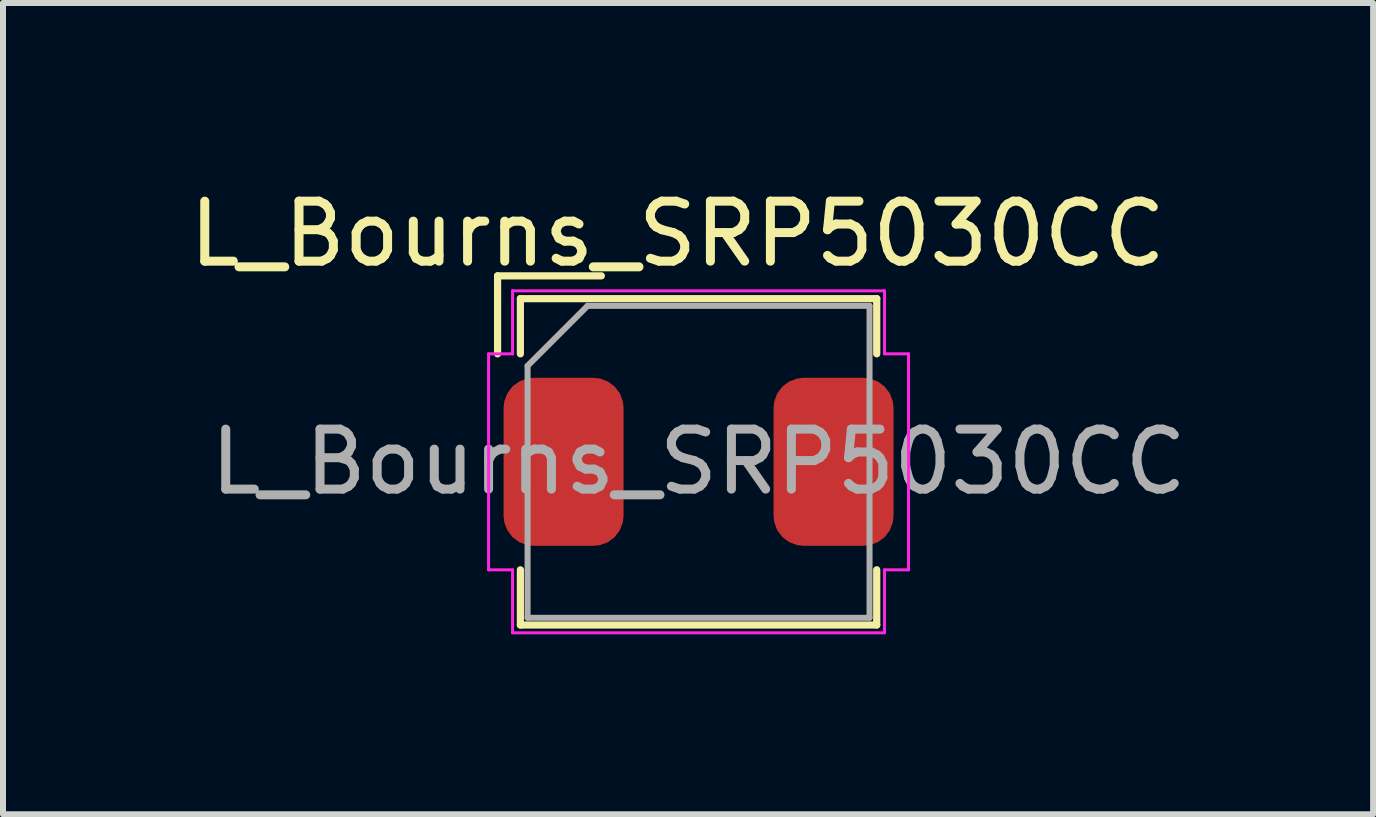
<source format=kicad_pcb>
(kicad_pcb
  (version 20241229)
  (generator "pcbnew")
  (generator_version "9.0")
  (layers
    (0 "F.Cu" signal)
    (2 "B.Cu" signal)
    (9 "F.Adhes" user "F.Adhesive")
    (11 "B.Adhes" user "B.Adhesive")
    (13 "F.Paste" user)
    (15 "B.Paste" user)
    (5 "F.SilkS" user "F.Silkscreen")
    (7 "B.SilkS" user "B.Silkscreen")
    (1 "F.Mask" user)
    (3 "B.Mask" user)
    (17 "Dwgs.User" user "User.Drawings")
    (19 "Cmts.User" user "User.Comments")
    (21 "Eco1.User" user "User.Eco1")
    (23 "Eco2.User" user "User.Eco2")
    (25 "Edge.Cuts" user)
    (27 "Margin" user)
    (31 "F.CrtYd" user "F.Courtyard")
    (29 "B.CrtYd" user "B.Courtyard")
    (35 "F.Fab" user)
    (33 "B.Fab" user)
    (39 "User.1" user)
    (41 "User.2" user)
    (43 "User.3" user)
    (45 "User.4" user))
  (footprint "L_Bourns_SRP5030CC"
    (layer "F.Cu")
    (at 8.594 4.648)
    (property "Reference" "L_Bourns_SRP5030CC" (at -0.35 -3.8 0) (layer "F.SilkS") (effects (font (size 1 1) (thickness 0.15))))
    (attr smd)
    (fp_line (start -3.35 -3.1) (end -1.62 -3.1) (stroke (width 0.12) (type solid)) (layer "F.SilkS"))
    (fp_line (start -3.35 -1.8) (end -3.35 -3.1) (stroke (width 0.12) (type solid)) (layer "F.SilkS"))
    (fp_line (start -2.97 -2.72) (end -2.97 -1.8) (stroke (width 0.12) (type solid)) (layer "F.SilkS"))
    (fp_line (start -2.97 -2.72) (end 2.97 -2.72) (stroke (width 0.12) (type solid)) (layer "F.SilkS"))
    (fp_line (start -2.97 1.8) (end -2.97 2.72) (stroke (width 0.12) (type solid)) (layer "F.SilkS"))
    (fp_line (start -2.97 2.72) (end 2.97 2.72) (stroke (width 0.12) (type solid)) (layer "F.SilkS"))
    (fp_line (start 2.97 -2.72) (end 2.97 -1.8) (stroke (width 0.12) (type solid)) (layer "F.SilkS"))
    (fp_line (start 2.97 1.8) (end 2.97 2.72) (stroke (width 0.12) (type solid)) (layer "F.SilkS"))
    (fp_line (start -3.5 -1.8) (end -3.1 -1.8) (stroke (width 0.05) (type default)) (layer "F.CrtYd"))
    (fp_line (start -3.5 1.8) (end -3.5 -1.8) (stroke (width 0.05) (type default)) (layer "F.CrtYd"))
    (fp_line (start -3.1 -2.85) (end -3.1 -1.8) (stroke (width 0.05) (type solid)) (layer "F.CrtYd"))
    (fp_line (start -3.1 -2.85) (end 3.1 -2.85) (stroke (width 0.05) (type solid)) (layer "F.CrtYd"))
    (fp_line (start -3.1 1.8) (end -3.5 1.8) (stroke (width 0.05) (type default)) (layer "F.CrtYd"))
    (fp_line (start -3.1 1.8) (end -3.1 2.85) (stroke (width 0.05) (type solid)) (layer "F.CrtYd"))
    (fp_line (start -3.1 2.85) (end 3.1 2.85) (stroke (width 0.05) (type solid)) (layer "F.CrtYd"))
    (fp_line (start 3.1 -2.85) (end 3.1 -1.8) (stroke (width 0.05) (type solid)) (layer "F.CrtYd"))
    (fp_line (start 3.1 -1.8) (end 3.5 -1.8) (stroke (width 0.05) (type default)) (layer "F.CrtYd"))
    (fp_line (start 3.1 1.8) (end 3.1 2.85) (stroke (width 0.05) (type solid)) (layer "F.CrtYd"))
    (fp_line (start 3.5 -1.8) (end 3.5 1.8) (stroke (width 0.05) (type default)) (layer "F.CrtYd"))
    (fp_line (start 3.5 1.8) (end 3.1 1.8) (stroke (width 0.05) (type default)) (layer "F.CrtYd"))
    (fp_line (start -2.85 -1.6) (end -1.85 -2.6) (stroke (width 0.1) (type solid)) (layer "F.Fab"))
    (fp_line (start -2.85 2.6) (end -2.85 -1.6) (stroke (width 0.1) (type solid)) (layer "F.Fab"))
    (fp_line (start -1.85 -2.6) (end 2.85 -2.6) (stroke (width 0.1) (type solid)) (layer "F.Fab"))
    (fp_line (start 2.85 -2.6) (end 2.85 2.6) (stroke (width 0.1) (type solid)) (layer "F.Fab"))
    (fp_line (start 2.85 2.6) (end -2.85 2.6) (stroke (width 0.1) (type solid)) (layer "F.Fab"))
    (fp_text user "${REFERENCE}" (at 0 0 0) (layer "F.Fab") (effects (font (size 1 1) (thickness 0.15))))
    (pad "1" smd roundrect (at -2.25 0) (size 2 2.8) (layers "F.Cu" "F.Mask" "F.Paste") (roundrect_rratio 0.25))
    (pad "2" smd roundrect (at 2.25 0) (size 2 2.8) (layers "F.Cu" "F.Mask" "F.Paste") (roundrect_rratio 0.25)))
  (gr_rect
    (start -3 -3)
    (end 19.838 10.523)
    (stroke (width 0.1) (type default))
    (fill no)
    (layer "Edge.Cuts")))
</source>
